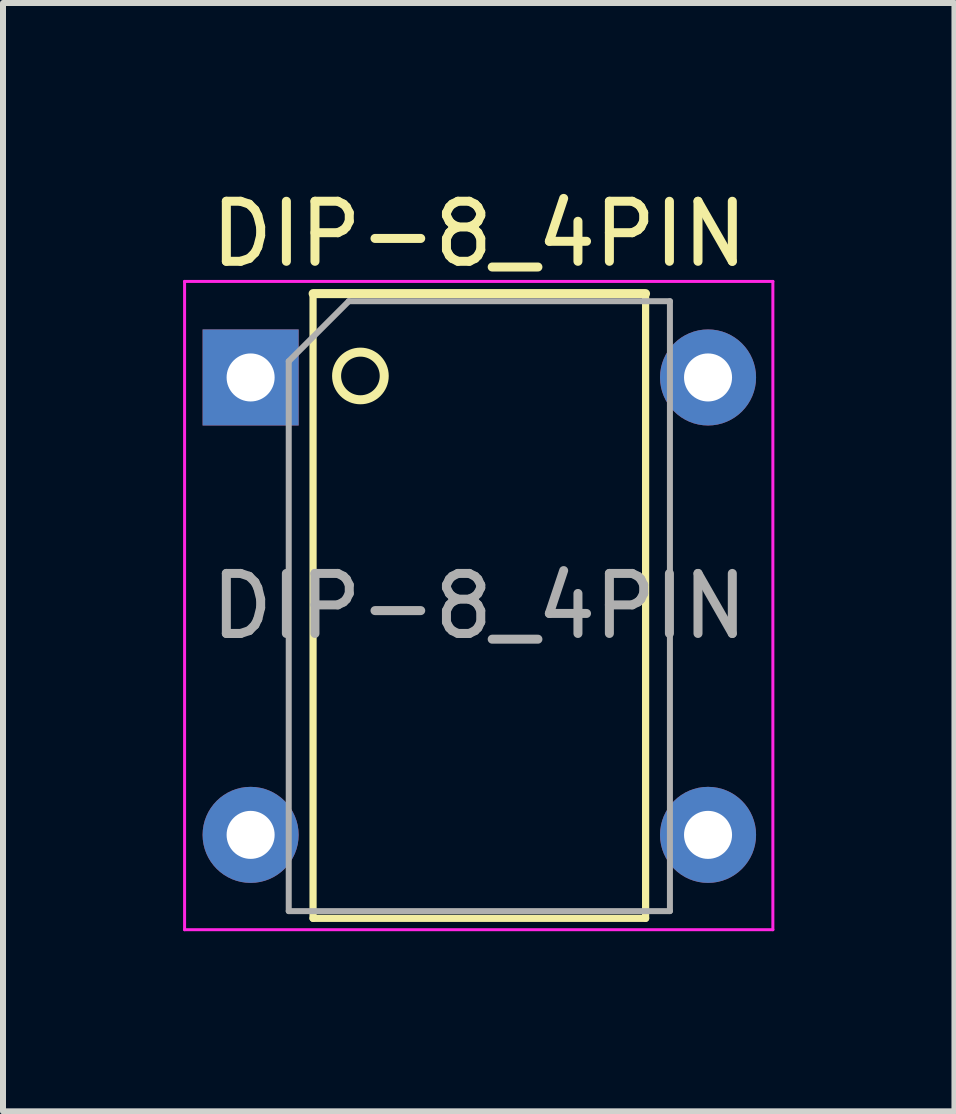
<source format=kicad_pcb>
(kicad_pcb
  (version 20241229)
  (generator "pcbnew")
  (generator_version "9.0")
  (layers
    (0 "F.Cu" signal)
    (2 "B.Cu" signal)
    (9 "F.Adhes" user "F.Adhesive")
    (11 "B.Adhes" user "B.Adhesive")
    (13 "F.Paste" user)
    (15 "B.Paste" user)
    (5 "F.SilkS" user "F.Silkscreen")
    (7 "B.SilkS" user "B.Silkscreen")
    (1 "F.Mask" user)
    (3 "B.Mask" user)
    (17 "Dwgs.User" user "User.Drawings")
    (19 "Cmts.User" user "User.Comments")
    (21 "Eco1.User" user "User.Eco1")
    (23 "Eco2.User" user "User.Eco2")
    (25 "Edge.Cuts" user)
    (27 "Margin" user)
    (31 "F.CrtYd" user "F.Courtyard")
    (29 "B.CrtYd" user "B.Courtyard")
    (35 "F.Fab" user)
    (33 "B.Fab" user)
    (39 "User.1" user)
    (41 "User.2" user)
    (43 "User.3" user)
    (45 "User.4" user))
  (footprint "DIP-8_4PIN"
    (layer "F.Cu")
    (at 1.125 3.238)
    (property "Reference" "DIP-8_4PIN" (at 3.81 -2.39 0) (layer "F.SilkS") (effects (font (size 1 1) (thickness 0.15))))
    (attr through_hole)
    (fp_line (start 1.04 -1.39) (end 1.04 9.01) (stroke (width 0.12) (type solid)) (layer "F.SilkS"))
    (fp_line (start 1.04 9.01) (end 6.58 9.01) (stroke (width 0.12) (type solid)) (layer "F.SilkS"))
    (fp_line (start 1.041 -1.397) (end 6.579 -1.397) (stroke (width 0.15) (type solid)) (layer "F.SilkS"))
    (fp_line (start 6.58 9.01) (end 6.58 -1.39) (stroke (width 0.12) (type solid)) (layer "F.SilkS"))
    (fp_circle (center 1.829 -0.025) (end 2.134 0.229) (stroke (width 0.15) (type solid)) (fill no) (layer "F.SilkS"))
    (fp_line (start -1.1 -1.6) (end -1.1 9.2) (stroke (width 0.05) (type solid)) (layer "F.CrtYd"))
    (fp_line (start -1.1 9.2) (end 8.7 9.2) (stroke (width 0.05) (type solid)) (layer "F.CrtYd"))
    (fp_line (start 8.7 -1.6) (end -1.1 -1.6) (stroke (width 0.05) (type solid)) (layer "F.CrtYd"))
    (fp_line (start 8.7 9.2) (end 8.7 -1.6) (stroke (width 0.05) (type solid)) (layer "F.CrtYd"))
    (fp_line (start 0.635 -0.27) (end 1.635 -1.27) (stroke (width 0.1) (type solid)) (layer "F.Fab"))
    (fp_line (start 0.635 8.89) (end 0.635 -0.27) (stroke (width 0.1) (type solid)) (layer "F.Fab"))
    (fp_line (start 1.635 -1.27) (end 6.985 -1.27) (stroke (width 0.1) (type solid)) (layer "F.Fab"))
    (fp_line (start 6.985 -1.27) (end 6.985 8.89) (stroke (width 0.1) (type solid)) (layer "F.Fab"))
    (fp_line (start 6.985 8.89) (end 0.635 8.89) (stroke (width 0.1) (type solid)) (layer "F.Fab"))
    (fp_text user "${REFERENCE}" (at 3.81 3.81 0) (layer "F.Fab") (effects (font (size 1 1) (thickness 0.15))))
    (pad "1" thru_hole rect (at 0 0) (size 1.6 1.6) (drill 0.8) (layers "*.Cu" "*.Mask"))
    (pad "4" thru_hole oval (at 0 7.62) (size 1.6 1.6) (drill 0.8) (layers "*.Cu" "*.Mask"))
    (pad "5" thru_hole oval (at 7.62 7.62) (size 1.6 1.6) (drill 0.8) (layers "*.Cu" "*.Mask"))
    (pad "8" thru_hole oval (at 7.62 0) (size 1.6 1.6) (drill 0.8) (layers "*.Cu" "*.Mask")))
  (gr_rect
    (start -3 -3)
    (end 12.85 15.463)
    (stroke (width 0.1) (type default))
    (fill no)
    (layer "Edge.Cuts")))
</source>
